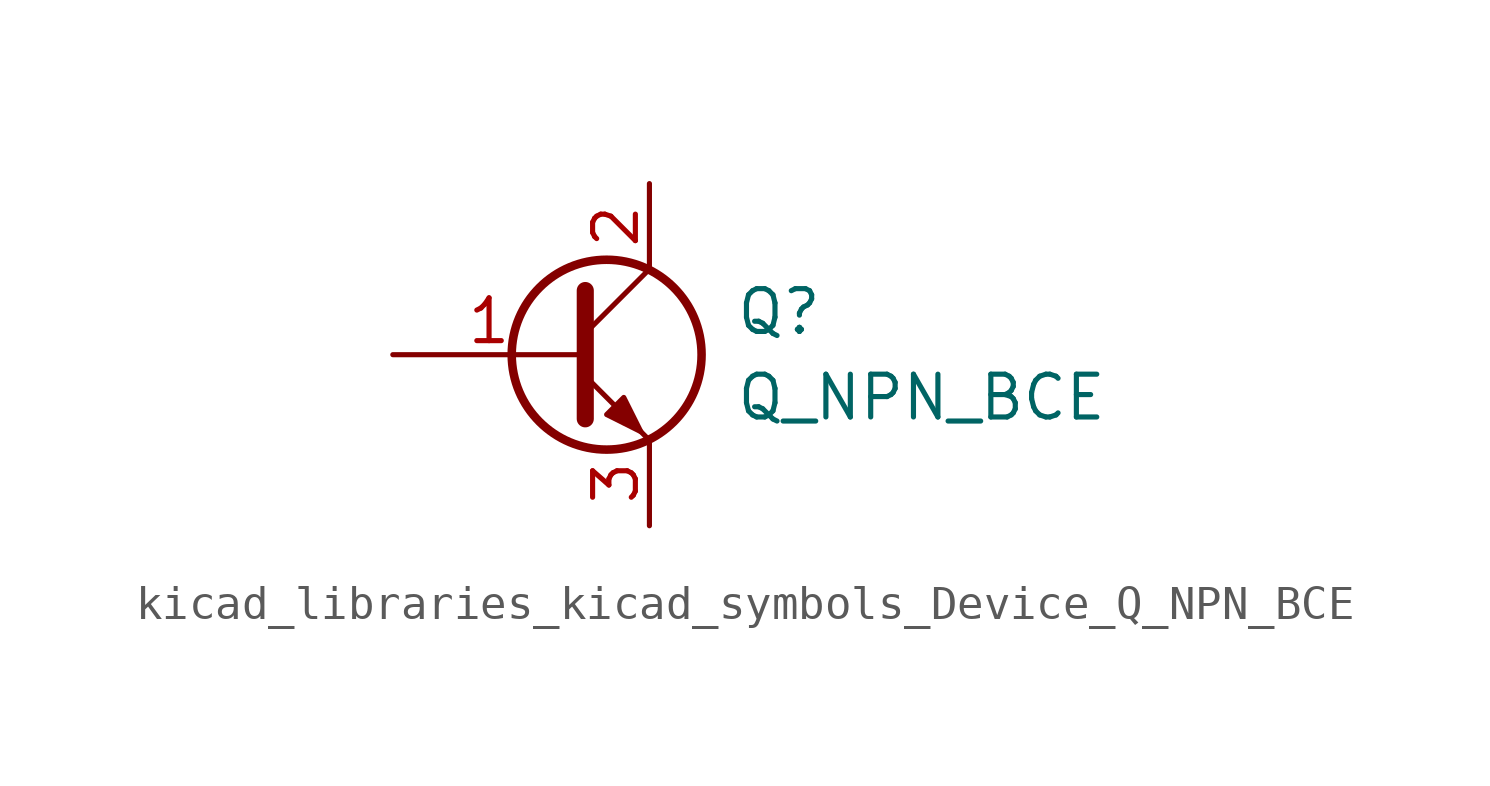
<source format=kicad_sym>
(kicad_symbol_lib
  (version 20220914)
  (generator kicad_symbol_editor)
  (symbol "kicad_libraries_kicad_symbols_Device_Q_NPN_BCE"
    (pin_names
      (offset 0) hide)
    (property "Reference" "Q"
      (at 5.08 1.27 0)
      (effects (font (size 1.27 1.27)) (justify left)))
    (property "Value" "Q_NPN_BCE"
      (at 5.08 -1.27 0)
      (effects (font (size 1.27 1.27)) (justify left)))
    (symbol "kicad_libraries_kicad_symbols_Device_Q_NPN_BCE_0_1"
      (polyline (pts (xy 0.635 0.635) (xy 2.54 2.54)) (stroke (width 0) (type default)) (fill (type none)))
      (polyline (pts (xy 0.635 -0.635) (xy 2.54 -2.54) (xy 2.54 -2.54)) (stroke (width 0) (type default)) (fill (type none)))
      (polyline (pts (xy 0.635 1.905) (xy 0.635 -1.905) (xy 0.635 -1.905)) (stroke (width 0.508) (type default)) (fill (type none)))
      (polyline (pts (xy 1.27 -1.778) (xy 1.778 -1.27) (xy 2.286 -2.286) (xy 1.27 -1.778) (xy 1.27 -1.778)) (stroke (width 0) (type default)) (fill (type outline)))
      (circle (center 1.27 0) (radius 2.819) (stroke (width 0.254) (type default)) (fill (type none))))
    (symbol "kicad_libraries_kicad_symbols_Device_Q_NPN_BCE_1_1"
      (pin input line (at -5.08 0 0) (length 5.715) (name "B" (effects (font (size 1.27 1.27)))) (number "1" (effects (font (size 1.27 1.27)))))
      (pin passive line (at 2.54 5.08 270) (length 2.54) (name "C" (effects (font (size 1.27 1.27)))) (number "2" (effects (font (size 1.27 1.27)))))
      (pin passive line (at 2.54 -5.08 90) (length 2.54) (name "E" (effects (font (size 1.27 1.27)))) (number "3" (effects (font (size 1.27 1.27))))))))
</source>
